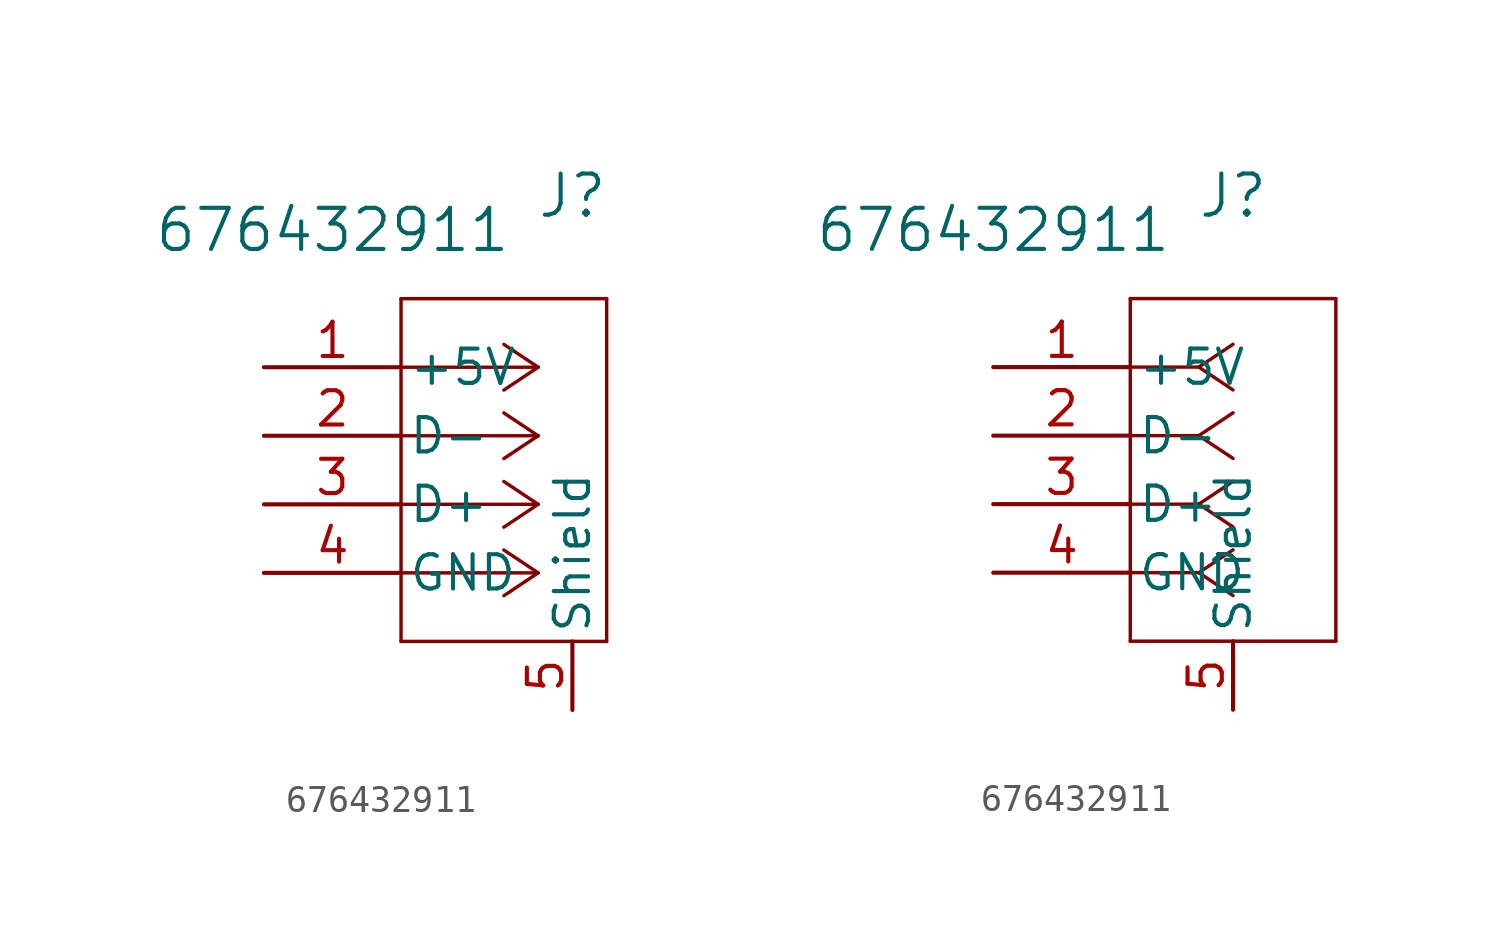
<source format=kicad_sym>
(kicad_symbol_lib
  (version 20231120)
  (generator "kicad_symbol_editor")
  (generator_version "8.0")
  (symbol "676432911"
    (pin_names
      (offset 0.254))
    (property "Reference" "J"
      (at 8.89 6.35 0)
      (effects (font (size 1.524 1.524))))
    (property "Value" "676432911"
      (at 0 5.08 0)
      (effects (font (size 1.524 1.524))))
    (symbol "676432911_1_0"
      (pin passive line (at 8.89 -12.7 90) (length 2.54) (name "Shield" (effects (font (size 1.27 1.27)))) (number "5" (effects (font (size 1.27 1.27))))))
    (symbol "676432911_1_1"
      (polyline (pts (xy 2.54 -10.16) (xy 10.16 -10.16)) (stroke (width 0.127) (type default)) (fill (type none)))
      (polyline (pts (xy 2.54 2.54) (xy 2.54 -10.16)) (stroke (width 0.127) (type default)) (fill (type none)))
      (polyline (pts (xy 7.62 -7.62) (xy 2.54 -7.62)) (stroke (width 0.127) (type default)) (fill (type none)))
      (polyline (pts (xy 7.62 -7.62) (xy 6.35 -8.467)) (stroke (width 0.127) (type default)) (fill (type none)))
      (polyline (pts (xy 7.62 -7.62) (xy 6.35 -6.773)) (stroke (width 0.127) (type default)) (fill (type none)))
      (polyline (pts (xy 7.62 -5.08) (xy 2.54 -5.08)) (stroke (width 0.127) (type default)) (fill (type none)))
      (polyline (pts (xy 7.62 -5.08) (xy 6.35 -5.927)) (stroke (width 0.127) (type default)) (fill (type none)))
      (polyline (pts (xy 7.62 -5.08) (xy 6.35 -4.233)) (stroke (width 0.127) (type default)) (fill (type none)))
      (polyline (pts (xy 7.62 -2.54) (xy 2.54 -2.54)) (stroke (width 0.127) (type default)) (fill (type none)))
      (polyline (pts (xy 7.62 -2.54) (xy 6.35 -3.387)) (stroke (width 0.127) (type default)) (fill (type none)))
      (polyline (pts (xy 7.62 -2.54) (xy 6.35 -1.693)) (stroke (width 0.127) (type default)) (fill (type none)))
      (polyline (pts (xy 7.62 0) (xy 2.54 0)) (stroke (width 0.127) (type default)) (fill (type none)))
      (polyline (pts (xy 7.62 0) (xy 6.35 -0.847)) (stroke (width 0.127) (type default)) (fill (type none)))
      (polyline (pts (xy 7.62 0) (xy 6.35 0.847)) (stroke (width 0.127) (type default)) (fill (type none)))
      (polyline (pts (xy 10.16 -10.16) (xy 10.16 2.54)) (stroke (width 0.127) (type default)) (fill (type none)))
      (polyline (pts (xy 10.16 2.54) (xy 2.54 2.54)) (stroke (width 0.127) (type default)) (fill (type none)))
      (pin power_in line (at -2.54 0 0) (length 5.08) (name "+5V" (effects (font (size 1.27 1.27)))) (number "1" (effects (font (size 1.27 1.27)))))
      (pin bidirectional line (at -2.54 -2.54 0) (length 5.08) (name "D-" (effects (font (size 1.27 1.27)))) (number "2" (effects (font (size 1.27 1.27)))))
      (pin bidirectional line (at -2.54 -5.08 0) (length 5.08) (name "D+" (effects (font (size 1.27 1.27)))) (number "3" (effects (font (size 1.27 1.27)))))
      (pin power_in line (at -2.54 -7.62 0) (length 5.08) (name "GND" (effects (font (size 1.27 1.27)))) (number "4" (effects (font (size 1.27 1.27))))))
    (symbol "676432911_1_2"
      (polyline (pts (xy 5.08 -10.16) (xy 12.7 -10.16)) (stroke (width 0.127) (type default)) (fill (type none)))
      (polyline (pts (xy 5.08 2.54) (xy 5.08 -10.16)) (stroke (width 0.127) (type default)) (fill (type none)))
      (polyline (pts (xy 7.62 -7.62) (xy 5.08 -7.62)) (stroke (width 0.127) (type default)) (fill (type none)))
      (polyline (pts (xy 7.62 -7.62) (xy 8.89 -8.467)) (stroke (width 0.127) (type default)) (fill (type none)))
      (polyline (pts (xy 7.62 -7.62) (xy 8.89 -6.773)) (stroke (width 0.127) (type default)) (fill (type none)))
      (polyline (pts (xy 7.62 -5.08) (xy 5.08 -5.08)) (stroke (width 0.127) (type default)) (fill (type none)))
      (polyline (pts (xy 7.62 -5.08) (xy 8.89 -5.927)) (stroke (width 0.127) (type default)) (fill (type none)))
      (polyline (pts (xy 7.62 -5.08) (xy 8.89 -4.233)) (stroke (width 0.127) (type default)) (fill (type none)))
      (polyline (pts (xy 7.62 -2.54) (xy 5.08 -2.54)) (stroke (width 0.127) (type default)) (fill (type none)))
      (polyline (pts (xy 7.62 -2.54) (xy 8.89 -3.387)) (stroke (width 0.127) (type default)) (fill (type none)))
      (polyline (pts (xy 7.62 -2.54) (xy 8.89 -1.693)) (stroke (width 0.127) (type default)) (fill (type none)))
      (polyline (pts (xy 7.62 0) (xy 5.08 0)) (stroke (width 0.127) (type default)) (fill (type none)))
      (polyline (pts (xy 7.62 0) (xy 8.89 -0.847)) (stroke (width 0.127) (type default)) (fill (type none)))
      (polyline (pts (xy 7.62 0) (xy 8.89 0.847)) (stroke (width 0.127) (type default)) (fill (type none)))
      (polyline (pts (xy 12.7 -10.16) (xy 12.7 2.54)) (stroke (width 0.127) (type default)) (fill (type none)))
      (polyline (pts (xy 12.7 2.54) (xy 5.08 2.54)) (stroke (width 0.127) (type default)) (fill (type none)))
      (pin power_in line (at 0 0 0) (length 5.08) (name "+5V" (effects (font (size 1.27 1.27)))) (number "1" (effects (font (size 1.27 1.27)))))
      (pin bidirectional line (at 0 -2.54 0) (length 5.08) (name "D-" (effects (font (size 1.27 1.27)))) (number "2" (effects (font (size 1.27 1.27)))))
      (pin bidirectional line (at 0 -5.08 0) (length 5.08) (name "D+" (effects (font (size 1.27 1.27)))) (number "3" (effects (font (size 1.27 1.27)))))
      (pin power_in line (at 0 -7.62 0) (length 5.08) (name "GND" (effects (font (size 1.27 1.27)))) (number "4" (effects (font (size 1.27 1.27))))))))
</source>
